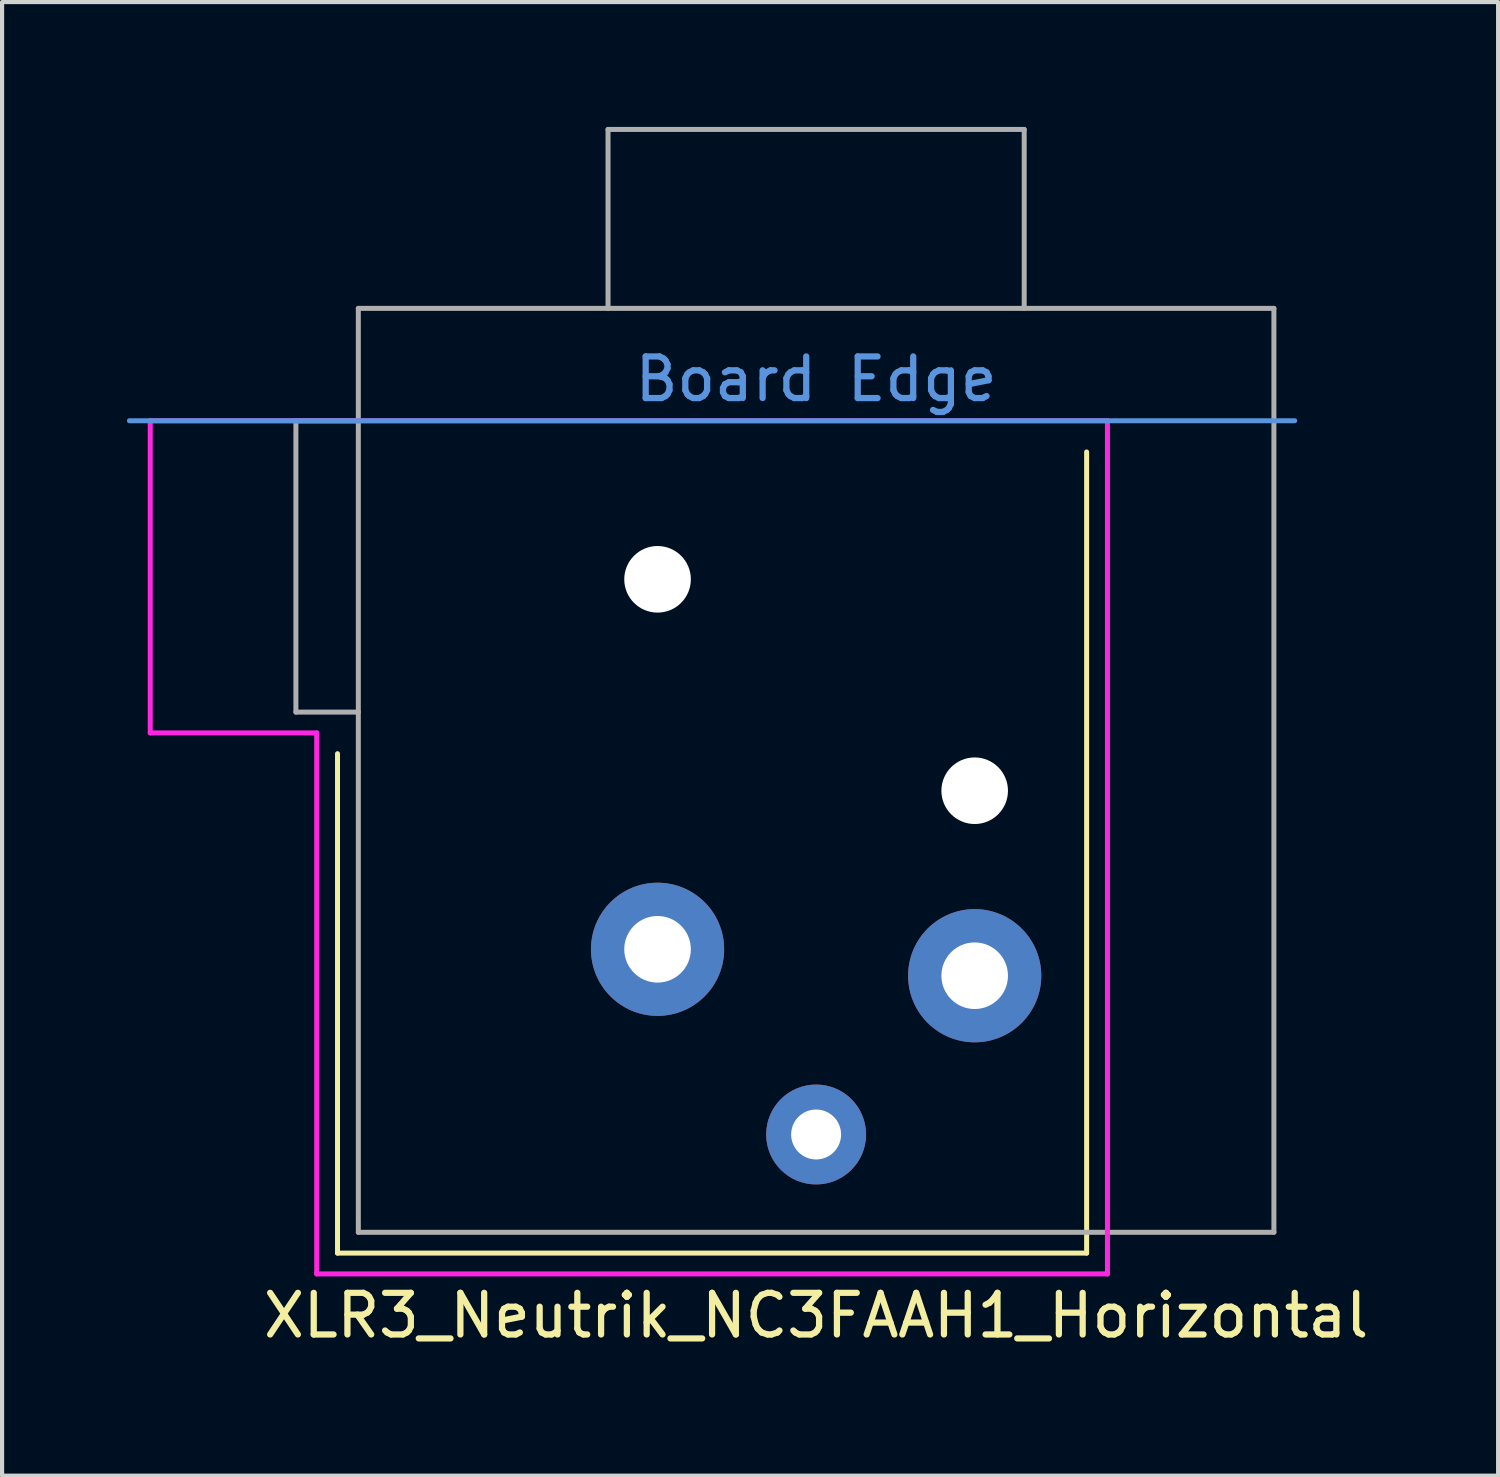
<source format=kicad_pcb>
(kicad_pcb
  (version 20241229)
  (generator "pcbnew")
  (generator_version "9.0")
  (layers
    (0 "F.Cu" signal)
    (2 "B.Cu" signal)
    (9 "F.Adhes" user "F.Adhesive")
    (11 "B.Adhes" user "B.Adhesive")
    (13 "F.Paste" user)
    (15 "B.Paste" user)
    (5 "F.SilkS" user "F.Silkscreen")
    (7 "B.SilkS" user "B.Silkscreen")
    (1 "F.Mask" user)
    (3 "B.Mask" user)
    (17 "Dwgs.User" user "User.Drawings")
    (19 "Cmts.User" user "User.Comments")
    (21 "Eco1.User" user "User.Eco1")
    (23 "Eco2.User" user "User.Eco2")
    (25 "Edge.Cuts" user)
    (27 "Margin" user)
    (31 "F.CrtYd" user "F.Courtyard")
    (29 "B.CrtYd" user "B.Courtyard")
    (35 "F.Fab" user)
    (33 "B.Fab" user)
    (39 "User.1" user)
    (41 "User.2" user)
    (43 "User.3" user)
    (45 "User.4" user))
  (footprint "XLR3_Neutrik_NC3FAAH1_Horizontal"
    (layer "F.Cu")
    (at 16.56 7.06)
    (property "Reference" "XLR3_Neutrik_NC3FAAH1_Horizontal" (at 0 21.5 0) (layer "F.SilkS") (effects (font (size 1 1) (thickness 0.15))))
    (attr through_hole)
    (fp_line (start -11.5 20) (end -11.5 8) (stroke (width 0.12) (type solid)) (layer "F.SilkS"))
    (fp_line (start 6.5 20) (end -11.5 20) (stroke (width 0.12) (type solid)) (layer "F.SilkS"))
    (fp_line (start 6.5 20) (end 6.5 0.75) (stroke (width 0.12) (type solid)) (layer "F.SilkS"))
    (fp_line (start -16.5 0) (end 11.5 0) (stroke (width 0.12) (type solid)) (layer "Cmts.User"))
    (fp_line (start -16 0) (end -16 7.5) (stroke (width 0.12) (type solid)) (layer "F.CrtYd"))
    (fp_line (start -16 0) (end 7 0) (stroke (width 0.12) (type solid)) (layer "F.CrtYd"))
    (fp_line (start -16 7.5) (end -12 7.5) (stroke (width 0.12) (type solid)) (layer "F.CrtYd"))
    (fp_line (start -12 7.5) (end -12 20.5) (stroke (width 0.12) (type solid)) (layer "F.CrtYd"))
    (fp_line (start -12 20.5) (end 7 20.5) (stroke (width 0.12) (type solid)) (layer "F.CrtYd"))
    (fp_line (start 7 0) (end 7 20.5) (stroke (width 0.12) (type solid)) (layer "F.CrtYd"))
    (fp_line (start -12.5 0) (end -12.5 7) (stroke (width 0.12) (type solid)) (layer "F.Fab"))
    (fp_line (start -12.5 7) (end -11 7) (stroke (width 0.12) (type solid)) (layer "F.Fab"))
    (fp_line (start -11 -2.7) (end -11 19.5) (stroke (width 0.12) (type solid)) (layer "F.Fab"))
    (fp_line (start -11 -2.7) (end 11 -2.7) (stroke (width 0.12) (type solid)) (layer "F.Fab"))
    (fp_line (start -11 0) (end -12.5 0) (stroke (width 0.12) (type solid)) (layer "F.Fab"))
    (fp_line (start -11 19.5) (end 11 19.5) (stroke (width 0.12) (type solid)) (layer "F.Fab"))
    (fp_line (start -5 -7) (end -5 -2.7) (stroke (width 0.12) (type solid)) (layer "F.Fab"))
    (fp_line (start -5 -7) (end 5 -7) (stroke (width 0.12) (type solid)) (layer "F.Fab"))
    (fp_line (start 5 -7) (end 5 -2.7) (stroke (width 0.12) (type solid)) (layer "F.Fab"))
    (fp_line (start 11 19.5) (end 11 -2.7) (stroke (width 0.12) (type solid)) (layer "F.Fab"))
    (fp_text user "Board Edge" (at 0 -1 0) (layer "Cmts.User") (effects (font (size 1 1) (thickness 0.15))))
    (pad "" np_thru_hole circle (at -3.81 3.81) (size 1.6 1.6) (drill 1.6) (layers "*.Cu" "*.Mask"))
    (pad "" np_thru_hole circle (at 3.81 8.89) (size 1.6 1.6) (drill 1.6) (layers "*.Cu" "*.Mask"))
    (pad "1" thru_hole circle (at -3.81 12.7) (size 3.2 3.2) (drill 1.6) (layers "*.Cu" "*.Mask"))
    (pad "2" thru_hole circle (at 3.81 13.335) (size 3.2 3.2) (drill 1.6) (layers "*.Cu" "*.Mask"))
    (pad "3" thru_hole circle (at 0 17.15) (size 2.4 2.4) (drill 1.2) (layers "*.Cu" "*.Mask")))
  (gr_rect
    (start -3 -3)
    (end 32.947 32.408)
    (stroke (width 0.1) (type default))
    (fill no)
    (layer "Edge.Cuts")))
</source>
